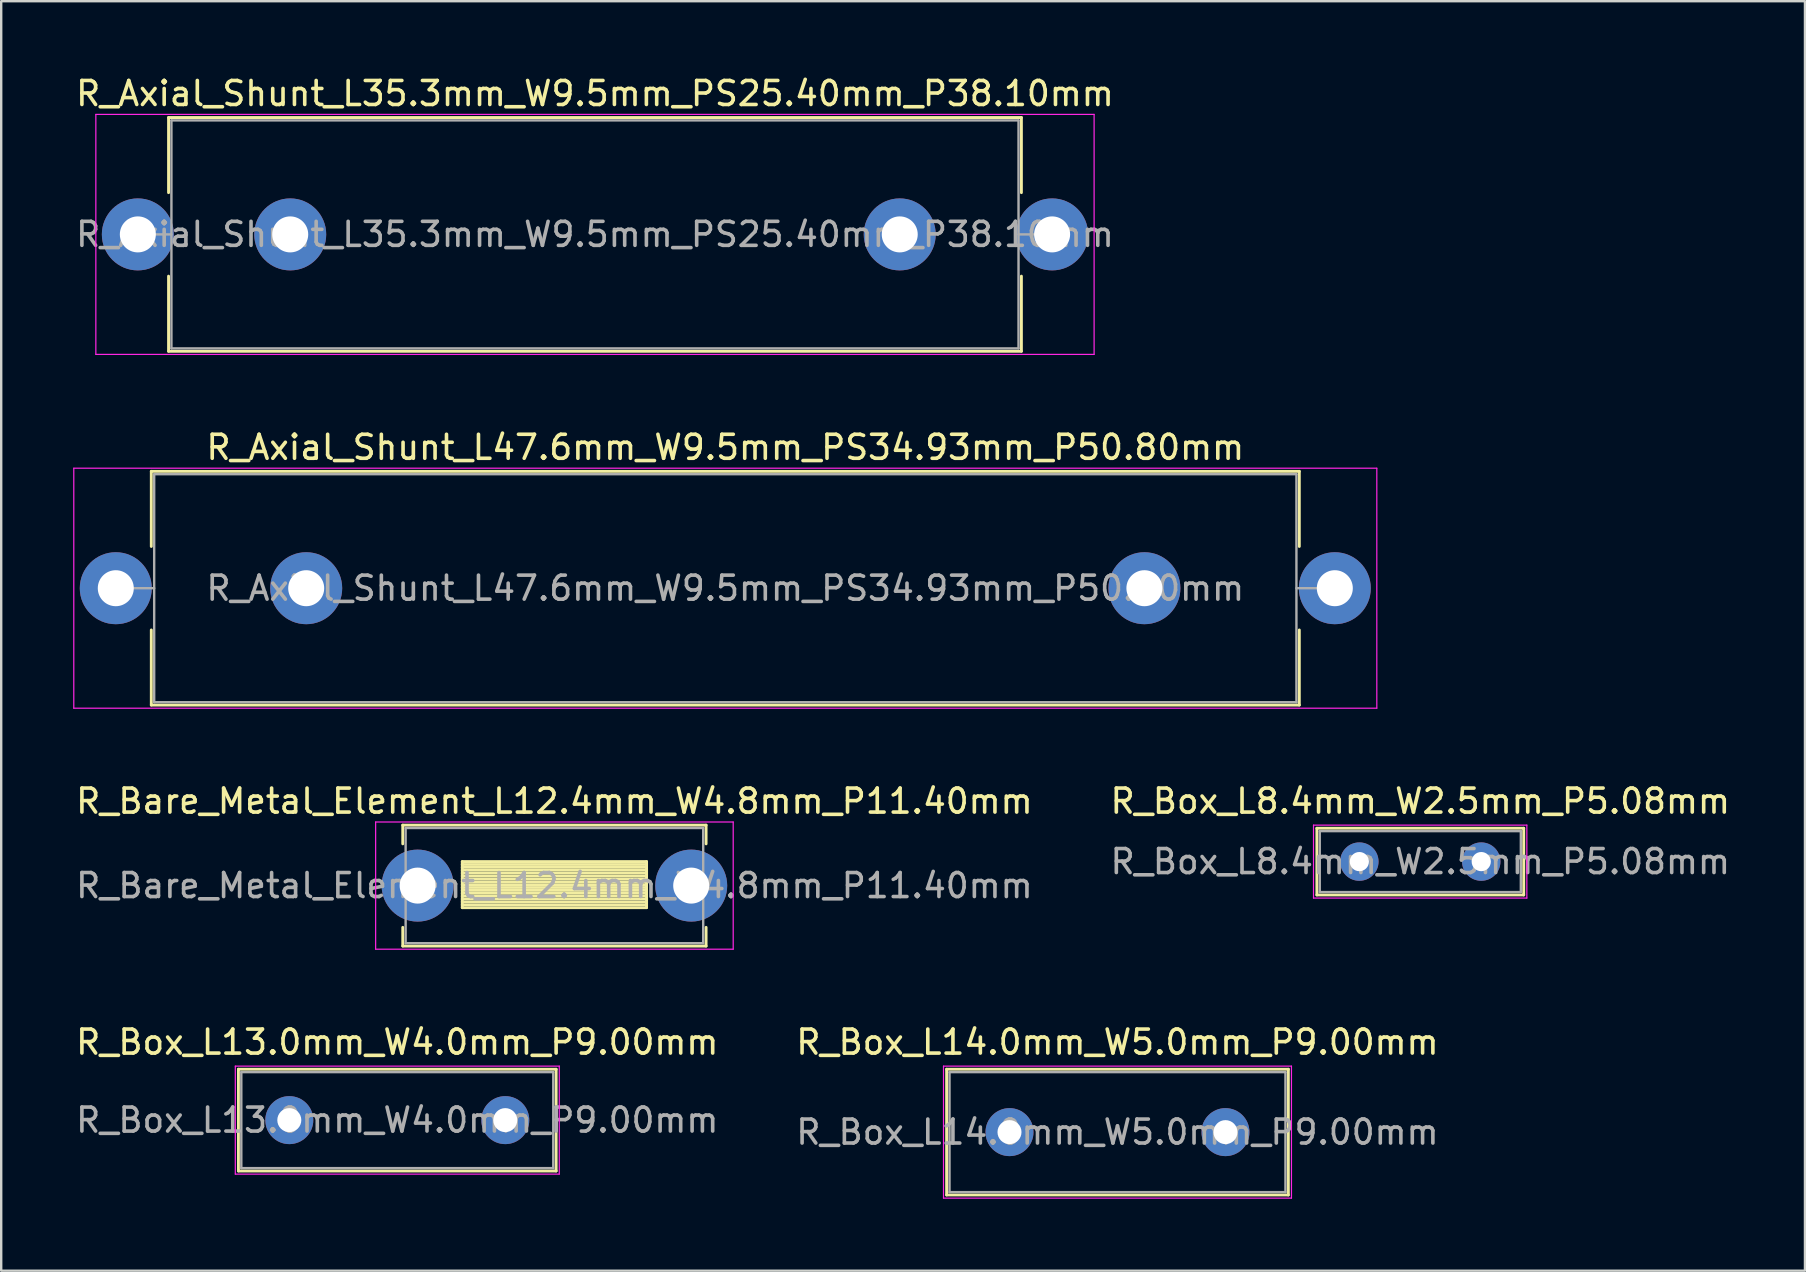
<source format=kicad_pcb>
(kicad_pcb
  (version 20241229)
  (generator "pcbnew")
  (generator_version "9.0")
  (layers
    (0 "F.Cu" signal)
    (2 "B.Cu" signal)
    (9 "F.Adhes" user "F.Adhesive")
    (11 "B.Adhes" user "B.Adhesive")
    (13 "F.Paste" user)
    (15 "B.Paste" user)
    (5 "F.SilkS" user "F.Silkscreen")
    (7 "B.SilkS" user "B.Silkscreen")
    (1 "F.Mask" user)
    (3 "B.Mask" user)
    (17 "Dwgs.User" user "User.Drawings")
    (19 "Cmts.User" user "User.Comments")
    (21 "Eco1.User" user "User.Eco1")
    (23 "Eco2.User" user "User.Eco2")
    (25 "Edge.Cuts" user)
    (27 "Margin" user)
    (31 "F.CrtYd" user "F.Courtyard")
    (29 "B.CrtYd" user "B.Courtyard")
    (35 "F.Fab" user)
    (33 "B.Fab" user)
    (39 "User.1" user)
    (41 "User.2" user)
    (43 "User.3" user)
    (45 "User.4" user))
  (footprint "R_Box_L8.4mm_W2.5mm_P5.08mm"
    (layer "F.Cu")
    (at 53.597 32.855)
    (property "Reference" "R_Box_L8.4mm_W2.5mm_P5.08mm" (at 2.54 -2.52 0) (layer "F.SilkS") (effects (font (size 1 1) (thickness 0.15))))
    (attr through_hole)
    (fp_line (start -1.77 -1.39) (end -1.77 1.39) (stroke (width 0.12) (type solid)) (layer "F.SilkS"))
    (fp_line (start -1.77 -1.39) (end 6.85 -1.39) (stroke (width 0.12) (type solid)) (layer "F.SilkS"))
    (fp_line (start -1.77 1.39) (end 6.85 1.39) (stroke (width 0.12) (type solid)) (layer "F.SilkS"))
    (fp_line (start 6.85 -1.39) (end 6.85 1.39) (stroke (width 0.12) (type solid)) (layer "F.SilkS"))
    (fp_line (start -1.91 -1.52) (end -1.91 1.52) (stroke (width 0.05) (type solid)) (layer "F.CrtYd"))
    (fp_line (start -1.91 1.52) (end 6.98 1.52) (stroke (width 0.05) (type solid)) (layer "F.CrtYd"))
    (fp_line (start 6.98 -1.52) (end -1.91 -1.52) (stroke (width 0.05) (type solid)) (layer "F.CrtYd"))
    (fp_line (start 6.98 1.52) (end 6.98 -1.52) (stroke (width 0.05) (type solid)) (layer "F.CrtYd"))
    (fp_line (start -1.65 -1.27) (end -1.65 1.27) (stroke (width 0.1) (type solid)) (layer "F.Fab"))
    (fp_line (start -1.65 1.27) (end 6.73 1.27) (stroke (width 0.1) (type solid)) (layer "F.Fab"))
    (fp_line (start 6.73 -1.27) (end -1.65 -1.27) (stroke (width 0.1) (type solid)) (layer "F.Fab"))
    (fp_line (start 6.73 1.27) (end 6.73 -1.27) (stroke (width 0.1) (type solid)) (layer "F.Fab"))
    (fp_text user "${REFERENCE}" (at 2.54 0 0) (layer "F.Fab") (effects (font (size 1 1) (thickness 0.15))))
    (pad "1" thru_hole circle (at 0 0) (size 1.6 1.6) (drill 0.8) (layers "*.Cu" "*.Mask"))
    (pad "2" thru_hole circle (at 5.08 0) (size 1.6 1.6) (drill 0.8) (layers "*.Cu" "*.Mask")))
  (footprint "R_Bare_Metal_Element_L12.4mm_W4.8mm_P11.40mm"
    (layer "F.Cu")
    (at 14.354 33.855)
    (property "Reference" "R_Bare_Metal_Element_L12.4mm_W4.8mm_P11.40mm" (at 5.7 -3.52 0) (layer "F.SilkS") (effects (font (size 1 1) (thickness 0.15))))
    (attr through_hole)
    (fp_line (start -0.62 -2.52) (end 12.02 -2.52) (stroke (width 0.12) (type solid)) (layer "F.SilkS"))
    (fp_line (start -0.62 -1.74) (end -0.62 -2.52) (stroke (width 0.12) (type solid)) (layer "F.SilkS"))
    (fp_line (start -0.62 1.74) (end -0.62 2.52) (stroke (width 0.12) (type solid)) (layer "F.SilkS"))
    (fp_line (start -0.62 2.52) (end 12.02 2.52) (stroke (width 0.12) (type solid)) (layer "F.SilkS"))
    (fp_line (start 1.86 -1) (end 1.86 0.92) (stroke (width 0.12) (type solid)) (layer "F.SilkS"))
    (fp_line (start 1.86 -1) (end 9.54 -1) (stroke (width 0.12) (type solid)) (layer "F.SilkS"))
    (fp_line (start 1.86 -0.88) (end 9.54 -0.88) (stroke (width 0.12) (type solid)) (layer "F.SilkS"))
    (fp_line (start 1.86 -0.76) (end 9.54 -0.76) (stroke (width 0.12) (type solid)) (layer "F.SilkS"))
    (fp_line (start 1.86 -0.64) (end 9.54 -0.64) (stroke (width 0.12) (type solid)) (layer "F.SilkS"))
    (fp_line (start 1.86 -0.52) (end 9.54 -0.52) (stroke (width 0.12) (type solid)) (layer "F.SilkS"))
    (fp_line (start 1.86 -0.4) (end 9.54 -0.4) (stroke (width 0.12) (type solid)) (layer "F.SilkS"))
    (fp_line (start 1.86 -0.28) (end 9.54 -0.28) (stroke (width 0.12) (type solid)) (layer "F.SilkS"))
    (fp_line (start 1.86 -0.16) (end 9.54 -0.16) (stroke (width 0.12) (type solid)) (layer "F.SilkS"))
    (fp_line (start 1.86 -0.04) (end 9.54 -0.04) (stroke (width 0.12) (type solid)) (layer "F.SilkS"))
    (fp_line (start 1.86 0.08) (end 9.54 0.08) (stroke (width 0.12) (type solid)) (layer "F.SilkS"))
    (fp_line (start 1.86 0.2) (end 9.54 0.2) (stroke (width 0.12) (type solid)) (layer "F.SilkS"))
    (fp_line (start 1.86 0.32) (end 9.54 0.32) (stroke (width 0.12) (type solid)) (layer "F.SilkS"))
    (fp_line (start 1.86 0.44) (end 9.54 0.44) (stroke (width 0.12) (type solid)) (layer "F.SilkS"))
    (fp_line (start 1.86 0.56) (end 9.54 0.56) (stroke (width 0.12) (type solid)) (layer "F.SilkS"))
    (fp_line (start 1.86 0.68) (end 9.54 0.68) (stroke (width 0.12) (type solid)) (layer "F.SilkS"))
    (fp_line (start 1.86 0.8) (end 9.54 0.8) (stroke (width 0.12) (type solid)) (layer "F.SilkS"))
    (fp_line (start 1.86 0.92) (end 9.54 0.92) (stroke (width 0.12) (type solid)) (layer "F.SilkS"))
    (fp_line (start 9.54 -1) (end 9.54 0.92) (stroke (width 0.12) (type solid)) (layer "F.SilkS"))
    (fp_line (start 12.02 -2.52) (end 12.02 -1.74) (stroke (width 0.12) (type solid)) (layer "F.SilkS"))
    (fp_line (start 12.02 2.52) (end 12.02 1.74) (stroke (width 0.12) (type solid)) (layer "F.SilkS"))
    (fp_line (start -1.75 -2.65) (end -1.75 2.65) (stroke (width 0.05) (type solid)) (layer "F.CrtYd"))
    (fp_line (start -1.75 2.65) (end 13.15 2.65) (stroke (width 0.05) (type solid)) (layer "F.CrtYd"))
    (fp_line (start 13.15 -2.65) (end -1.75 -2.65) (stroke (width 0.05) (type solid)) (layer "F.CrtYd"))
    (fp_line (start 13.15 2.65) (end 13.15 -2.65) (stroke (width 0.05) (type solid)) (layer "F.CrtYd"))
    (fp_line (start -0.5 -2.4) (end -0.5 2.4) (stroke (width 0.1) (type solid)) (layer "F.Fab"))
    (fp_line (start -0.5 2.4) (end 11.9 2.4) (stroke (width 0.1) (type solid)) (layer "F.Fab"))
    (fp_line (start 11.9 -2.4) (end -0.5 -2.4) (stroke (width 0.1) (type solid)) (layer "F.Fab"))
    (fp_line (start 11.9 2.4) (end 11.9 -2.4) (stroke (width 0.1) (type solid)) (layer "F.Fab"))
    (fp_text user "${REFERENCE}" (at 5.7 0 0) (layer "F.Fab") (effects (font (size 1 1) (thickness 0.15))))
    (pad "1" thru_hole circle (at 0 0) (size 3 3) (drill 1.5) (layers "*.Cu" "*.Mask"))
    (pad "2" thru_hole oval (at 11.4 0) (size 3 3) (drill 1.5) (layers "*.Cu" "*.Mask")))
  (footprint "R_Box_L14.0mm_W5.0mm_P9.00mm"
    (layer "F.Cu")
    (at 39.018 44.128)
    (property "Reference" "R_Box_L14.0mm_W5.0mm_P9.00mm" (at 4.5 -3.75 0) (layer "F.SilkS") (effects (font (size 1 1) (thickness 0.15))))
    (attr through_hole)
    (fp_line (start -2.62 -2.62) (end -2.62 2.62) (stroke (width 0.12) (type solid)) (layer "F.SilkS"))
    (fp_line (start -2.62 -2.62) (end 11.62 -2.62) (stroke (width 0.12) (type solid)) (layer "F.SilkS"))
    (fp_line (start -2.62 2.62) (end 11.62 2.62) (stroke (width 0.12) (type solid)) (layer "F.SilkS"))
    (fp_line (start 11.62 -2.62) (end 11.62 2.62) (stroke (width 0.12) (type solid)) (layer "F.SilkS"))
    (fp_line (start -2.75 -2.75) (end -2.75 2.75) (stroke (width 0.05) (type solid)) (layer "F.CrtYd"))
    (fp_line (start -2.75 2.75) (end 11.75 2.75) (stroke (width 0.05) (type solid)) (layer "F.CrtYd"))
    (fp_line (start 11.75 -2.75) (end -2.75 -2.75) (stroke (width 0.05) (type solid)) (layer "F.CrtYd"))
    (fp_line (start 11.75 2.75) (end 11.75 -2.75) (stroke (width 0.05) (type solid)) (layer "F.CrtYd"))
    (fp_line (start -2.5 -2.5) (end -2.5 2.5) (stroke (width 0.1) (type solid)) (layer "F.Fab"))
    (fp_line (start -2.5 2.5) (end 11.5 2.5) (stroke (width 0.1) (type solid)) (layer "F.Fab"))
    (fp_line (start 11.5 -2.5) (end -2.5 -2.5) (stroke (width 0.1) (type solid)) (layer "F.Fab"))
    (fp_line (start 11.5 2.5) (end 11.5 -2.5) (stroke (width 0.1) (type solid)) (layer "F.Fab"))
    (fp_text user "${REFERENCE}" (at 4.5 0 0) (layer "F.Fab") (effects (font (size 1 1) (thickness 0.15))))
    (pad "1" thru_hole circle (at 0 0) (size 2 2) (drill 1) (layers "*.Cu" "*.Mask"))
    (pad "2" thru_hole circle (at 9 0) (size 2 2) (drill 1) (layers "*.Cu" "*.Mask")))
  (footprint "R_Box_L13.0mm_W4.0mm_P9.00mm"
    (layer "F.Cu")
    (at 9.006 43.628)
    (property "Reference" "R_Box_L13.0mm_W4.0mm_P9.00mm" (at 4.5 -3.25 0) (layer "F.SilkS") (effects (font (size 1 1) (thickness 0.15))))
    (attr through_hole)
    (fp_line (start -2.12 -2.12) (end -2.12 2.12) (stroke (width 0.12) (type solid)) (layer "F.SilkS"))
    (fp_line (start -2.12 -2.12) (end 11.12 -2.12) (stroke (width 0.12) (type solid)) (layer "F.SilkS"))
    (fp_line (start -2.12 2.12) (end 11.12 2.12) (stroke (width 0.12) (type solid)) (layer "F.SilkS"))
    (fp_line (start 11.12 -2.12) (end 11.12 2.12) (stroke (width 0.12) (type solid)) (layer "F.SilkS"))
    (fp_line (start -2.25 -2.25) (end -2.25 2.25) (stroke (width 0.05) (type solid)) (layer "F.CrtYd"))
    (fp_line (start -2.25 2.25) (end 11.25 2.25) (stroke (width 0.05) (type solid)) (layer "F.CrtYd"))
    (fp_line (start 11.25 -2.25) (end -2.25 -2.25) (stroke (width 0.05) (type solid)) (layer "F.CrtYd"))
    (fp_line (start 11.25 2.25) (end 11.25 -2.25) (stroke (width 0.05) (type solid)) (layer "F.CrtYd"))
    (fp_line (start -2 -2) (end -2 2) (stroke (width 0.1) (type solid)) (layer "F.Fab"))
    (fp_line (start -2 2) (end 11 2) (stroke (width 0.1) (type solid)) (layer "F.Fab"))
    (fp_line (start 11 -2) (end -2 -2) (stroke (width 0.1) (type solid)) (layer "F.Fab"))
    (fp_line (start 11 2) (end 11 -2) (stroke (width 0.1) (type solid)) (layer "F.Fab"))
    (fp_text user "${REFERENCE}" (at 4.5 0 0) (layer "F.Fab") (effects (font (size 1 1) (thickness 0.15))))
    (pad "1" thru_hole circle (at 0 0) (size 2 2) (drill 1) (layers "*.Cu" "*.Mask"))
    (pad "2" thru_hole circle (at 9 0) (size 2 2) (drill 1) (layers "*.Cu" "*.Mask")))
  (footprint "R_Axial_Shunt_L35.3mm_W9.5mm_PS25.40mm_P38.10mm"
    (layer "F.Cu")
    (at 2.694 6.718)
    (property "Reference" "R_Axial_Shunt_L35.3mm_W9.5mm_PS25.40mm_P38.10mm" (at 19.05 -5.87 0) (layer "F.SilkS") (effects (font (size 1 1) (thickness 0.15))))
    (attr through_hole)
    (fp_line (start 1.28 -4.87) (end 36.82 -4.87) (stroke (width 0.12) (type solid)) (layer "F.SilkS"))
    (fp_line (start 1.28 -1.74) (end 1.28 -4.87) (stroke (width 0.12) (type solid)) (layer "F.SilkS"))
    (fp_line (start 1.28 1.74) (end 1.28 4.87) (stroke (width 0.12) (type solid)) (layer "F.SilkS"))
    (fp_line (start 1.28 4.87) (end 36.82 4.87) (stroke (width 0.12) (type solid)) (layer "F.SilkS"))
    (fp_line (start 36.82 -4.87) (end 36.82 -1.74) (stroke (width 0.12) (type solid)) (layer "F.SilkS"))
    (fp_line (start 36.82 4.87) (end 36.82 1.74) (stroke (width 0.12) (type solid)) (layer "F.SilkS"))
    (fp_line (start -1.75 -5) (end -1.75 5) (stroke (width 0.05) (type solid)) (layer "F.CrtYd"))
    (fp_line (start -1.75 5) (end 39.85 5) (stroke (width 0.05) (type solid)) (layer "F.CrtYd"))
    (fp_line (start 39.85 -5) (end -1.75 -5) (stroke (width 0.05) (type solid)) (layer "F.CrtYd"))
    (fp_line (start 39.85 5) (end 39.85 -5) (stroke (width 0.05) (type solid)) (layer "F.CrtYd"))
    (fp_line (start 0 0) (end 1.4 0) (stroke (width 0.1) (type solid)) (layer "F.Fab"))
    (fp_line (start 1.4 -4.75) (end 1.4 4.75) (stroke (width 0.1) (type solid)) (layer "F.Fab"))
    (fp_line (start 1.4 4.75) (end 36.7 4.75) (stroke (width 0.1) (type solid)) (layer "F.Fab"))
    (fp_line (start 36.7 -4.75) (end 1.4 -4.75) (stroke (width 0.1) (type solid)) (layer "F.Fab"))
    (fp_line (start 36.7 4.75) (end 36.7 -4.75) (stroke (width 0.1) (type solid)) (layer "F.Fab"))
    (fp_line (start 38.1 0) (end 36.7 0) (stroke (width 0.1) (type solid)) (layer "F.Fab"))
    (fp_text user "${REFERENCE}" (at 19.05 0 0) (layer "F.Fab") (effects (font (size 1 1) (thickness 0.15))))
    (pad "1" thru_hole circle (at 0 0) (size 3 3) (drill 1.5) (layers "*.Cu" "*.Mask"))
    (pad "2" thru_hole oval (at 6.35 0) (size 3 3) (drill 1.5) (layers "*.Cu" "*.Mask"))
    (pad "3" thru_hole oval (at 31.75 0) (size 3 3) (drill 1.5) (layers "*.Cu" "*.Mask"))
    (pad "4" thru_hole oval (at 38.1 0) (size 3 3) (drill 1.5) (layers "*.Cu" "*.Mask")))
  (footprint "R_Axial_Shunt_L47.6mm_W9.5mm_PS34.93mm_P50.80mm"
    (layer "F.Cu")
    (at 1.775 21.462)
    (property "Reference" "R_Axial_Shunt_L47.6mm_W9.5mm_PS34.93mm_P50.80mm" (at 25.4 -5.87 0) (layer "F.SilkS") (effects (font (size 1 1) (thickness 0.15))))
    (attr through_hole)
    (fp_line (start 1.48 -4.87) (end 49.32 -4.87) (stroke (width 0.12) (type solid)) (layer "F.SilkS"))
    (fp_line (start 1.48 -1.74) (end 1.48 -4.87) (stroke (width 0.12) (type solid)) (layer "F.SilkS"))
    (fp_line (start 1.48 1.74) (end 1.48 4.87) (stroke (width 0.12) (type solid)) (layer "F.SilkS"))
    (fp_line (start 1.48 4.87) (end 49.32 4.87) (stroke (width 0.12) (type solid)) (layer "F.SilkS"))
    (fp_line (start 49.32 -4.87) (end 49.32 -1.74) (stroke (width 0.12) (type solid)) (layer "F.SilkS"))
    (fp_line (start 49.32 4.87) (end 49.32 1.74) (stroke (width 0.12) (type solid)) (layer "F.SilkS"))
    (fp_line (start -1.75 -5) (end -1.75 5) (stroke (width 0.05) (type solid)) (layer "F.CrtYd"))
    (fp_line (start -1.75 5) (end 52.55 5) (stroke (width 0.05) (type solid)) (layer "F.CrtYd"))
    (fp_line (start 52.55 -5) (end -1.75 -5) (stroke (width 0.05) (type solid)) (layer "F.CrtYd"))
    (fp_line (start 52.55 5) (end 52.55 -5) (stroke (width 0.05) (type solid)) (layer "F.CrtYd"))
    (fp_line (start 0 0) (end 1.6 0) (stroke (width 0.1) (type solid)) (layer "F.Fab"))
    (fp_line (start 1.6 -4.75) (end 1.6 4.75) (stroke (width 0.1) (type solid)) (layer "F.Fab"))
    (fp_line (start 1.6 4.75) (end 49.2 4.75) (stroke (width 0.1) (type solid)) (layer "F.Fab"))
    (fp_line (start 49.2 -4.75) (end 1.6 -4.75) (stroke (width 0.1) (type solid)) (layer "F.Fab"))
    (fp_line (start 49.2 4.75) (end 49.2 -4.75) (stroke (width 0.1) (type solid)) (layer "F.Fab"))
    (fp_line (start 50.8 0) (end 49.2 0) (stroke (width 0.1) (type solid)) (layer "F.Fab"))
    (fp_text user "${REFERENCE}" (at 25.4 0 0) (layer "F.Fab") (effects (font (size 1 1) (thickness 0.15))))
    (pad "1" thru_hole circle (at 0 0) (size 3 3) (drill 1.5) (layers "*.Cu" "*.Mask"))
    (pad "2" thru_hole oval (at 7.935 0) (size 3 3) (drill 1.5) (layers "*.Cu" "*.Mask"))
    (pad "3" thru_hole oval (at 42.865 0) (size 3 3) (drill 1.5) (layers "*.Cu" "*.Mask"))
    (pad "4" thru_hole oval (at 50.8 0) (size 3 3) (drill 1.5) (layers "*.Cu" "*.Mask")))
  (gr_rect
    (start -3 -3)
    (end 72.167 49.903)
    (stroke (width 0.1) (type default))
    (fill no)
    (layer "Edge.Cuts")))
</source>
